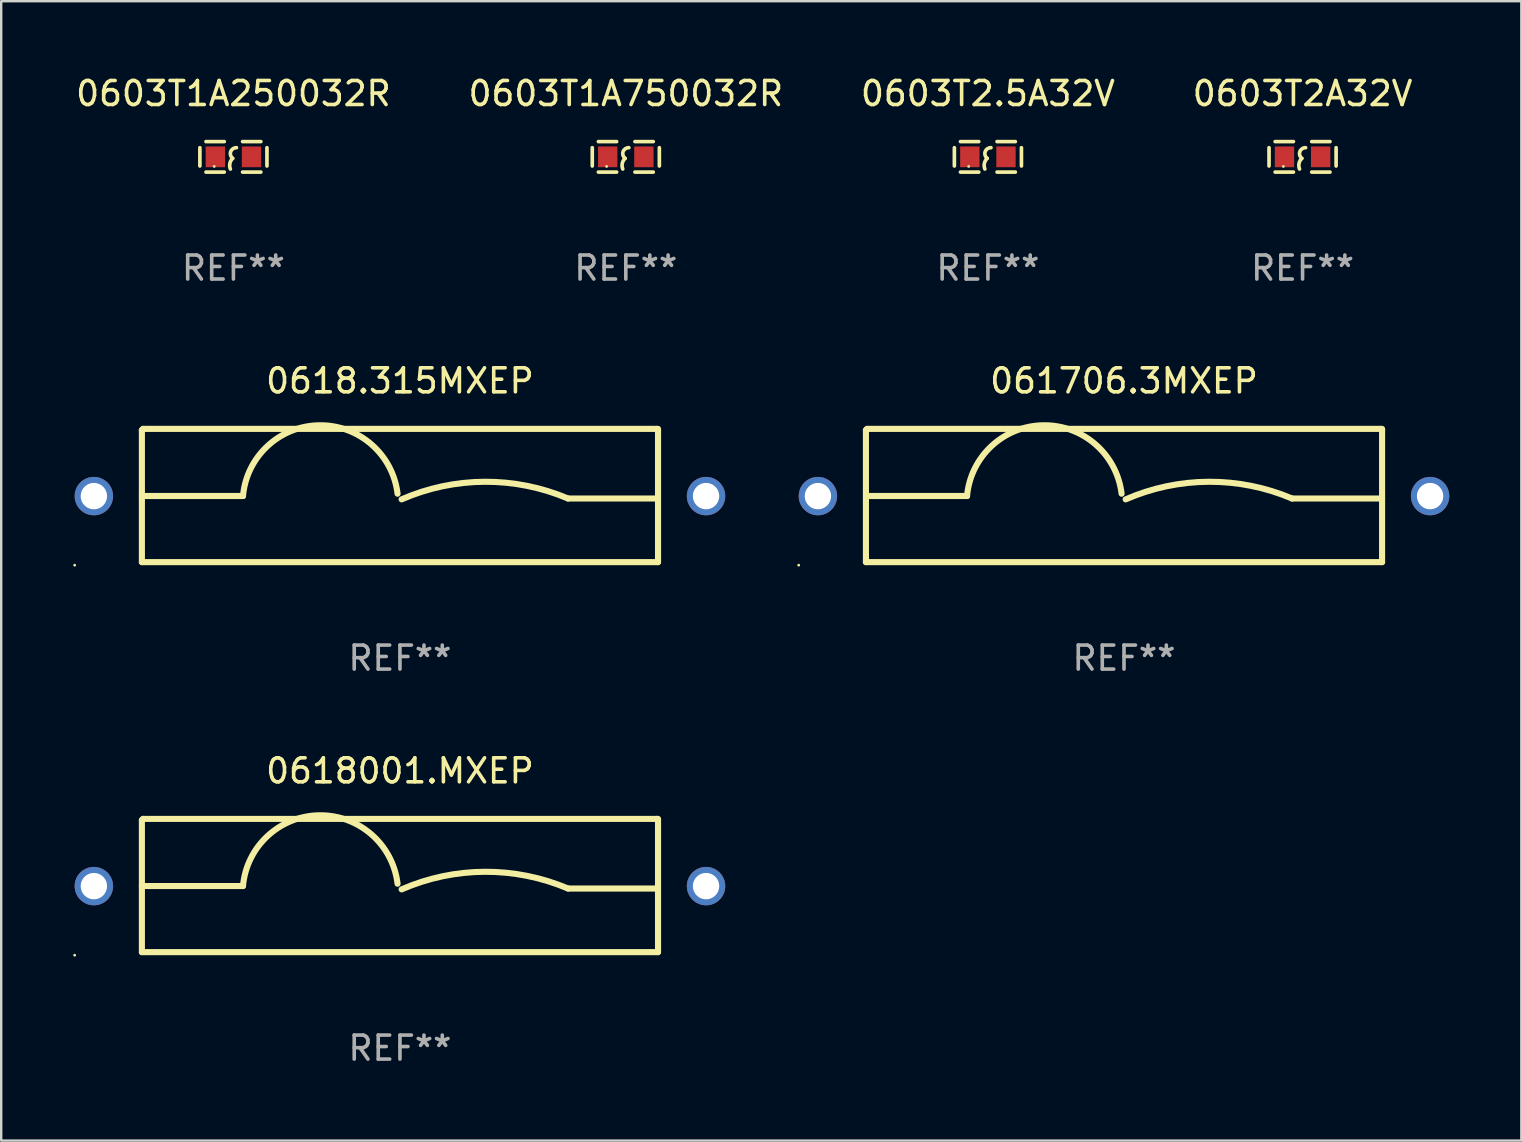
<source format=kicad_pcb>
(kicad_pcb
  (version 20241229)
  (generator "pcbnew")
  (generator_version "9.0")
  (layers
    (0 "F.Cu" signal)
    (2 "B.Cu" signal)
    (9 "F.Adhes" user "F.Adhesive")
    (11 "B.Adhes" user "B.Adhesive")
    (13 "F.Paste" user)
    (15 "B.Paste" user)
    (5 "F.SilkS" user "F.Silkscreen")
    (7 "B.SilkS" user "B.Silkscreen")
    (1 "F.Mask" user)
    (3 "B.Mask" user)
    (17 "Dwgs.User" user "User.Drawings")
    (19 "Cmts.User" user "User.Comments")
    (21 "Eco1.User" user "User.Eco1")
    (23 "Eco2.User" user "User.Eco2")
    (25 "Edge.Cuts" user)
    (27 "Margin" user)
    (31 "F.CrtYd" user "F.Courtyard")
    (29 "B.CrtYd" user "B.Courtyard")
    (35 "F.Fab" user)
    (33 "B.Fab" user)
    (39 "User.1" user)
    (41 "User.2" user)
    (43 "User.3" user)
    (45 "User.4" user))
  (footprint "0603T2A32V"
    (layer "F.Cu")
    (at 51.208 3.483)
    (property "Reference" "0603T2A32V" (at 0 -2.635 0) (layer "F.SilkS") (effects (font (size 1 1) (thickness 0.15))))
    (attr through_hole)
    (fp_line (start -1.397 -0.381) (end -1.397 0.381) (stroke (width 0.152) (type solid)) (layer "F.SilkS"))
    (fp_line (start -0.381 -0.635) (end -1.143 -0.635) (stroke (width 0.152) (type solid)) (layer "F.SilkS"))
    (fp_line (start -0.381 0.635) (end -1.143 0.635) (stroke (width 0.152) (type solid)) (layer "F.SilkS"))
    (fp_line (start 0.381 -0.635) (end 1.143 -0.635) (stroke (width 0.152) (type solid)) (layer "F.SilkS"))
    (fp_line (start 0.381 0.635) (end 1.143 0.635) (stroke (width 0.152) (type solid)) (layer "F.SilkS"))
    (fp_line (start 1.397 -0.381) (end 1.397 0.381) (stroke (width 0.152) (type solid)) (layer "F.SilkS"))
    (fp_arc (start -0.127 0.508001) (mid -0.146523 0.271131) (end -0.030861 0.0635) (stroke (width 0.151994) (type solid)) (layer "F.SilkS"))
    (fp_arc (start -0.03175 0.0635) (mid -0.113571 -0.216321) (end 0.127001 -0.381002) (stroke (width 0.151994) (type solid)) (layer "F.SilkS"))
    (fp_circle (center -0.8 0.4) (end -0.77 0.4) (stroke (width 0.06) (type solid)) (fill no) (layer "F.SilkS"))
    (fp_text user "REF**" (at 0 4.635 0) (layer "F.Fab") (effects (font (size 1 1) (thickness 0.15))))
    (pad "1" smd rect (at -0.753 0) (size 0.806 0.864) (layers "F.Cu" "F.Mask" "F.Paste"))
    (pad "2" smd rect (at 0.753 0) (size 0.806 0.864) (layers "F.Cu" "F.Mask" "F.Paste")))
  (footprint "0618.315MXEP"
    (layer "F.Cu")
    (at 13.61 17.59)
    (property "Reference" "0618.315MXEP" (at 0 -4.775 0) (layer "F.SilkS") (effects (font (size 1 1) (thickness 0.15))))
    (attr through_hole)
    (fp_line (start -10.75 -2.725) (end -10.7 -2.775) (stroke (width 0.254) (type solid)) (layer "F.SilkS"))
    (fp_line (start -10.75 2.775) (end -10.75 -2.725) (stroke (width 0.254) (type solid)) (layer "F.SilkS"))
    (fp_line (start -10.75 2.775) (end 10.75 2.775) (stroke (width 0.254) (type solid)) (layer "F.SilkS"))
    (fp_line (start -10.7 -2.775) (end 10.7 -2.775) (stroke (width 0.254) (type solid)) (layer "F.SilkS"))
    (fp_line (start -6.538 0.021) (end -10.75 0.021) (stroke (width 0.254) (type solid)) (layer "F.SilkS"))
    (fp_line (start 7 0.125) (end 10.75 0.125) (stroke (width 0.254) (type solid)) (layer "F.SilkS"))
    (fp_line (start 10.7 -2.775) (end 10.75 -2.725) (stroke (width 0.254) (type solid)) (layer "F.SilkS"))
    (fp_line (start 10.75 2.775) (end 10.75 -2.775) (stroke (width 0.254) (type solid)) (layer "F.SilkS"))
    (fp_arc (start -6.538277 0.020573) (mid -3.362163 -2.925392) (end -0.1 -0.075006) (stroke (width 0.254001) (type solid)) (layer "F.SilkS"))
    (fp_arc (start 0.069571 0.160528) (mid 3.531132 -0.572293) (end 7.000025 0.124994) (stroke (width 0.254001) (type solid)) (layer "F.SilkS"))
    (fp_circle (center -13.55 2.902) (end -13.52 2.902) (stroke (width 0.06) (type solid)) (fill no) (layer "F.SilkS"))
    (fp_text user "REF**" (at 0 6.775 0) (layer "F.Fab") (effects (font (size 1 1) (thickness 0.15))))
    (pad "1" thru_hole circle (at -12.75 0.025) (size 1.6 1.6) (drill 1.1) (layers "*.Cu" "*.Mask"))
    (pad "2" thru_hole circle (at 12.75 0.025) (size 1.6 1.6) (drill 1.1) (layers "*.Cu" "*.Mask")))
  (footprint "061706.3MXEP"
    (layer "F.Cu")
    (at 43.77 17.59)
    (property "Reference" "061706.3MXEP" (at 0 -4.775 0) (layer "F.SilkS") (effects (font (size 1 1) (thickness 0.15))))
    (attr through_hole)
    (fp_line (start -10.75 -2.725) (end -10.7 -2.775) (stroke (width 0.254) (type solid)) (layer "F.SilkS"))
    (fp_line (start -10.75 2.775) (end -10.75 -2.725) (stroke (width 0.254) (type solid)) (layer "F.SilkS"))
    (fp_line (start -10.75 2.775) (end 10.75 2.775) (stroke (width 0.254) (type solid)) (layer "F.SilkS"))
    (fp_line (start -10.7 -2.775) (end 10.7 -2.775) (stroke (width 0.254) (type solid)) (layer "F.SilkS"))
    (fp_line (start -6.538 0.021) (end -10.75 0.021) (stroke (width 0.254) (type solid)) (layer "F.SilkS"))
    (fp_line (start 7 0.125) (end 10.75 0.125) (stroke (width 0.254) (type solid)) (layer "F.SilkS"))
    (fp_line (start 10.7 -2.775) (end 10.75 -2.725) (stroke (width 0.254) (type solid)) (layer "F.SilkS"))
    (fp_line (start 10.75 2.775) (end 10.75 -2.775) (stroke (width 0.254) (type solid)) (layer "F.SilkS"))
    (fp_arc (start -6.538277 0.020573) (mid -3.362163 -2.925392) (end -0.1 -0.075006) (stroke (width 0.254001) (type solid)) (layer "F.SilkS"))
    (fp_arc (start 0.069571 0.160528) (mid 3.531132 -0.572293) (end 7.000025 0.124994) (stroke (width 0.254001) (type solid)) (layer "F.SilkS"))
    (fp_circle (center -13.55 2.902) (end -13.52 2.902) (stroke (width 0.06) (type solid)) (fill no) (layer "F.SilkS"))
    (fp_text user "REF**" (at 0 6.775 0) (layer "F.Fab") (effects (font (size 1 1) (thickness 0.15))))
    (pad "1" thru_hole circle (at -12.75 0.025) (size 1.6 1.6) (drill 1.1) (layers "*.Cu" "*.Mask"))
    (pad "2" thru_hole circle (at 12.75 0.025) (size 1.6 1.6) (drill 1.1) (layers "*.Cu" "*.Mask")))
  (footprint "0603T1A750032R"
    (layer "F.Cu")
    (at 23.018 3.483)
    (property "Reference" "0603T1A750032R" (at 0 -2.635 0) (layer "F.SilkS") (effects (font (size 1 1) (thickness 0.15))))
    (attr through_hole)
    (fp_line (start -1.397 -0.381) (end -1.397 0.381) (stroke (width 0.152) (type solid)) (layer "F.SilkS"))
    (fp_line (start -0.381 -0.635) (end -1.143 -0.635) (stroke (width 0.152) (type solid)) (layer "F.SilkS"))
    (fp_line (start -0.381 0.635) (end -1.143 0.635) (stroke (width 0.152) (type solid)) (layer "F.SilkS"))
    (fp_line (start 0.381 -0.635) (end 1.143 -0.635) (stroke (width 0.152) (type solid)) (layer "F.SilkS"))
    (fp_line (start 0.381 0.635) (end 1.143 0.635) (stroke (width 0.152) (type solid)) (layer "F.SilkS"))
    (fp_line (start 1.397 -0.381) (end 1.397 0.381) (stroke (width 0.152) (type solid)) (layer "F.SilkS"))
    (fp_arc (start -0.127 0.508001) (mid -0.146523 0.271131) (end -0.030861 0.0635) (stroke (width 0.151994) (type solid)) (layer "F.SilkS"))
    (fp_arc (start -0.03175 0.0635) (mid -0.113571 -0.216321) (end 0.127001 -0.381002) (stroke (width 0.151994) (type solid)) (layer "F.SilkS"))
    (fp_circle (center -0.8 0.4) (end -0.77 0.4) (stroke (width 0.06) (type solid)) (fill no) (layer "F.SilkS"))
    (fp_text user "REF**" (at 0 4.635 0) (layer "F.Fab") (effects (font (size 1 1) (thickness 0.15))))
    (pad "1" smd rect (at -0.753 0) (size 0.806 0.864) (layers "F.Cu" "F.Mask" "F.Paste"))
    (pad "2" smd rect (at 0.753 0) (size 0.806 0.864) (layers "F.Cu" "F.Mask" "F.Paste")))
  (footprint "0603T2.5A32V"
    (layer "F.Cu")
    (at 38.101 3.483)
    (property "Reference" "0603T2.5A32V" (at 0 -2.635 0) (layer "F.SilkS") (effects (font (size 1 1) (thickness 0.15))))
    (attr through_hole)
    (fp_line (start -1.397 -0.381) (end -1.397 0.381) (stroke (width 0.152) (type solid)) (layer "F.SilkS"))
    (fp_line (start -0.381 -0.635) (end -1.143 -0.635) (stroke (width 0.152) (type solid)) (layer "F.SilkS"))
    (fp_line (start -0.381 0.635) (end -1.143 0.635) (stroke (width 0.152) (type solid)) (layer "F.SilkS"))
    (fp_line (start 0.381 -0.635) (end 1.143 -0.635) (stroke (width 0.152) (type solid)) (layer "F.SilkS"))
    (fp_line (start 0.381 0.635) (end 1.143 0.635) (stroke (width 0.152) (type solid)) (layer "F.SilkS"))
    (fp_line (start 1.397 -0.381) (end 1.397 0.381) (stroke (width 0.152) (type solid)) (layer "F.SilkS"))
    (fp_arc (start -0.127 0.508001) (mid -0.146523 0.271131) (end -0.030861 0.0635) (stroke (width 0.151994) (type solid)) (layer "F.SilkS"))
    (fp_arc (start -0.03175 0.0635) (mid -0.113571 -0.216321) (end 0.127001 -0.381002) (stroke (width 0.151994) (type solid)) (layer "F.SilkS"))
    (fp_circle (center -0.8 0.4) (end -0.77 0.4) (stroke (width 0.06) (type solid)) (fill no) (layer "F.SilkS"))
    (fp_text user "REF**" (at 0 4.635 0) (layer "F.Fab") (effects (font (size 1 1) (thickness 0.15))))
    (pad "1" smd rect (at -0.753 0) (size 0.806 0.864) (layers "F.Cu" "F.Mask" "F.Paste"))
    (pad "2" smd rect (at 0.753 0) (size 0.806 0.864) (layers "F.Cu" "F.Mask" "F.Paste")))
  (footprint "0618001.MXEP"
    (layer "F.Cu")
    (at 13.61 33.836)
    (property "Reference" "0618001.MXEP" (at 0 -4.775 0) (layer "F.SilkS") (effects (font (size 1 1) (thickness 0.15))))
    (attr through_hole)
    (fp_line (start -10.75 -2.725) (end -10.7 -2.775) (stroke (width 0.254) (type solid)) (layer "F.SilkS"))
    (fp_line (start -10.75 2.775) (end -10.75 -2.725) (stroke (width 0.254) (type solid)) (layer "F.SilkS"))
    (fp_line (start -10.75 2.775) (end 10.75 2.775) (stroke (width 0.254) (type solid)) (layer "F.SilkS"))
    (fp_line (start -10.7 -2.775) (end 10.7 -2.775) (stroke (width 0.254) (type solid)) (layer "F.SilkS"))
    (fp_line (start -6.538 0.021) (end -10.75 0.021) (stroke (width 0.254) (type solid)) (layer "F.SilkS"))
    (fp_line (start 7 0.125) (end 10.75 0.125) (stroke (width 0.254) (type solid)) (layer "F.SilkS"))
    (fp_line (start 10.7 -2.775) (end 10.75 -2.725) (stroke (width 0.254) (type solid)) (layer "F.SilkS"))
    (fp_line (start 10.75 2.775) (end 10.75 -2.775) (stroke (width 0.254) (type solid)) (layer "F.SilkS"))
    (fp_arc (start -6.538277 0.020573) (mid -3.362163 -2.925392) (end -0.1 -0.075006) (stroke (width 0.254001) (type solid)) (layer "F.SilkS"))
    (fp_arc (start 0.069571 0.160528) (mid 3.531132 -0.572293) (end 7.000025 0.124994) (stroke (width 0.254001) (type solid)) (layer "F.SilkS"))
    (fp_circle (center -13.55 2.902) (end -13.52 2.902) (stroke (width 0.06) (type solid)) (fill no) (layer "F.SilkS"))
    (fp_text user "REF**" (at 0 6.775 0) (layer "F.Fab") (effects (font (size 1 1) (thickness 0.15))))
    (pad "1" thru_hole circle (at -12.75 0.025) (size 1.6 1.6) (drill 1.1) (layers "*.Cu" "*.Mask"))
    (pad "2" thru_hole circle (at 12.75 0.025) (size 1.6 1.6) (drill 1.1) (layers "*.Cu" "*.Mask")))
  (footprint "0603T1A250032R"
    (layer "F.Cu")
    (at 6.673 3.483)
    (property "Reference" "0603T1A250032R" (at 0 -2.635 0) (layer "F.SilkS") (effects (font (size 1 1) (thickness 0.15))))
    (attr through_hole)
    (fp_line (start -1.397 -0.381) (end -1.397 0.381) (stroke (width 0.152) (type solid)) (layer "F.SilkS"))
    (fp_line (start -0.381 -0.635) (end -1.143 -0.635) (stroke (width 0.152) (type solid)) (layer "F.SilkS"))
    (fp_line (start -0.381 0.635) (end -1.143 0.635) (stroke (width 0.152) (type solid)) (layer "F.SilkS"))
    (fp_line (start 0.381 -0.635) (end 1.143 -0.635) (stroke (width 0.152) (type solid)) (layer "F.SilkS"))
    (fp_line (start 0.381 0.635) (end 1.143 0.635) (stroke (width 0.152) (type solid)) (layer "F.SilkS"))
    (fp_line (start 1.397 -0.381) (end 1.397 0.381) (stroke (width 0.152) (type solid)) (layer "F.SilkS"))
    (fp_arc (start -0.127 0.508001) (mid -0.146523 0.271131) (end -0.030861 0.0635) (stroke (width 0.151994) (type solid)) (layer "F.SilkS"))
    (fp_arc (start -0.03175 0.0635) (mid -0.113571 -0.216321) (end 0.127001 -0.381002) (stroke (width 0.151994) (type solid)) (layer "F.SilkS"))
    (fp_circle (center -0.8 0.4) (end -0.77 0.4) (stroke (width 0.06) (type solid)) (fill no) (layer "F.SilkS"))
    (fp_text user "REF**" (at 0 4.635 0) (layer "F.Fab") (effects (font (size 1 1) (thickness 0.15))))
    (pad "1" smd rect (at -0.753 0) (size 0.806 0.864) (layers "F.Cu" "F.Mask" "F.Paste"))
    (pad "2" smd rect (at 0.753 0) (size 0.806 0.864) (layers "F.Cu" "F.Mask" "F.Paste")))
  (gr_rect
    (start -3 -3)
    (end 60.32 44.46)
    (stroke (width 0.1) (type default))
    (fill no)
    (layer "Edge.Cuts")))
</source>
